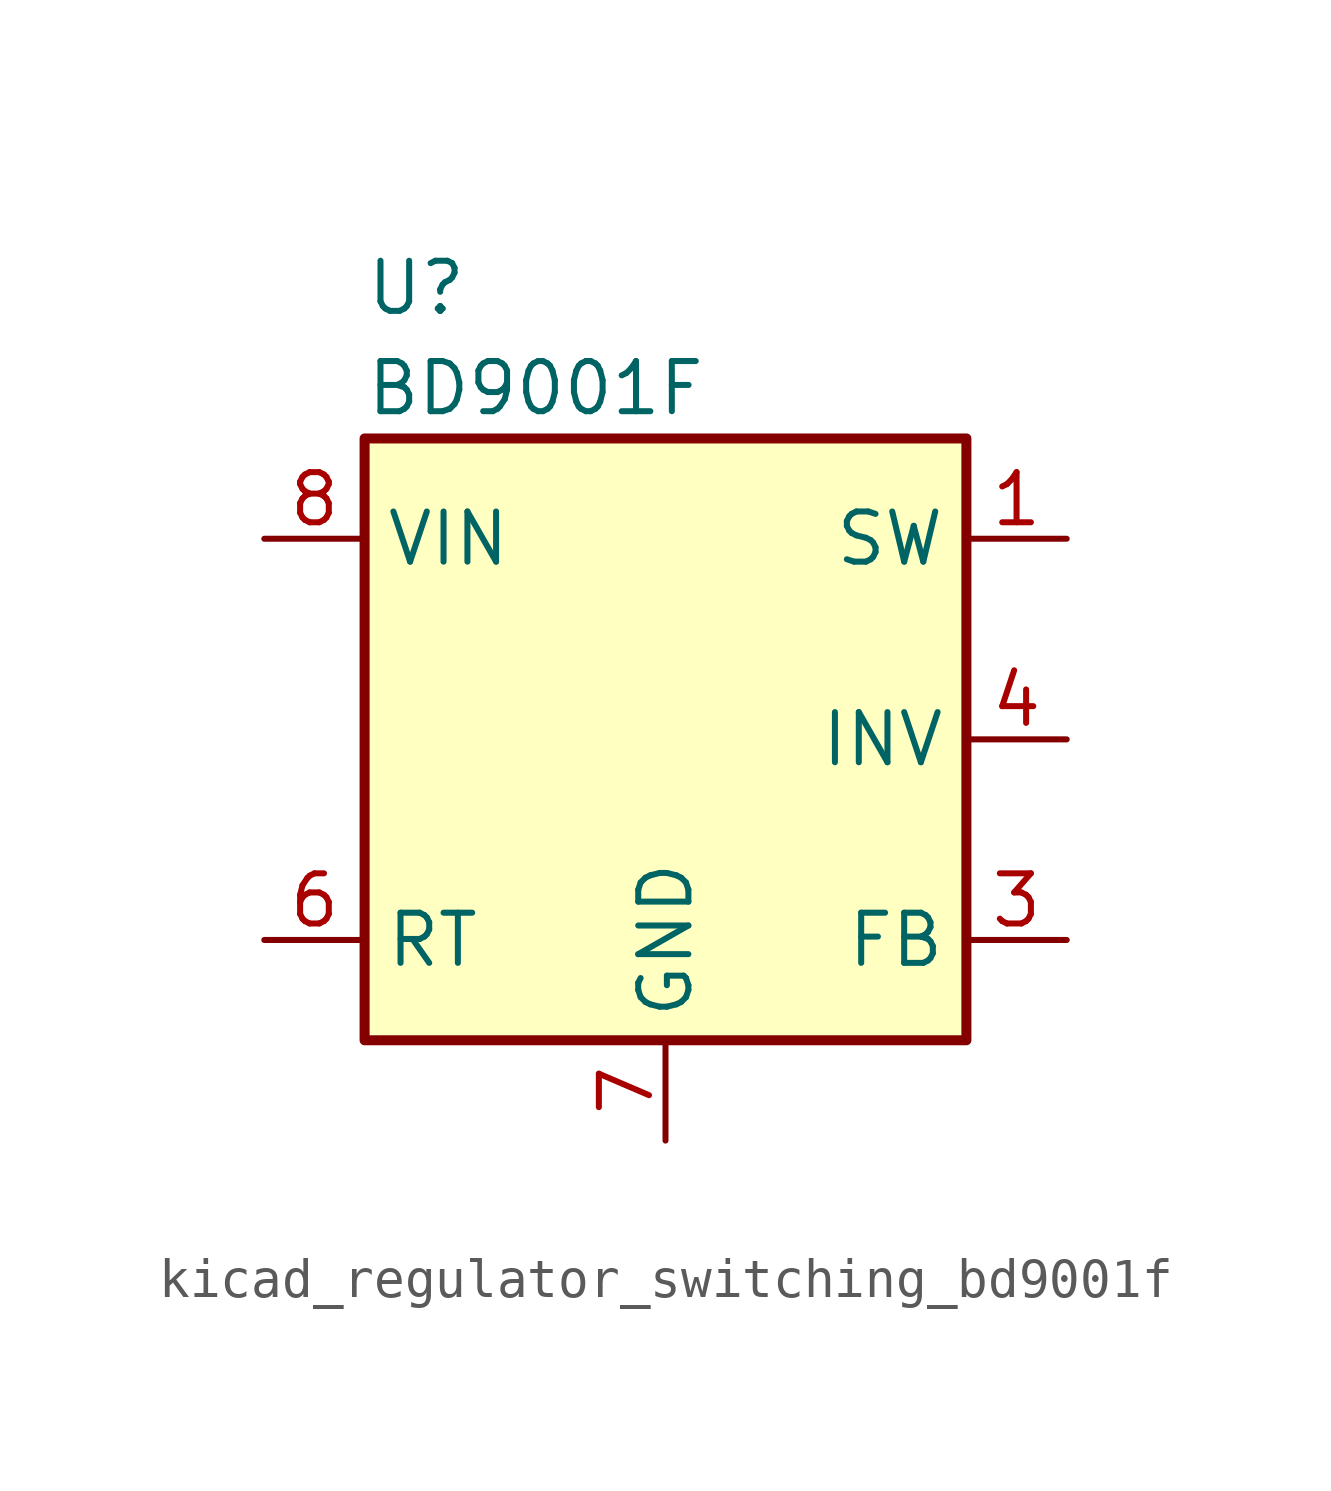
<source format=kicad_sym>
(kicad_symbol_lib
  (version 20220914)
  (generator kicad_symbol_editor)
  (symbol "kicad_regulator_switching_bd9001f"
    (property "Reference" "U"
      (at -7.62 11.43 0)
      (effects (font (size 1.27 1.27)) (justify left)))
    (property "Value" "BD9001F"
      (at -7.62 8.89 0)
      (effects (font (size 1.27 1.27)) (justify left)))
    (symbol "kicad_regulator_switching_bd9001f_0_1"
      (rectangle (start -7.62 7.62) (end 7.62 -7.62) (stroke (width 0.254) (type default)) (fill (type background))))
    (symbol "kicad_regulator_switching_bd9001f_1_1"
      (pin output line (at 10.16 5.08 180) (length 2.54) (name "SW" (effects (font (size 1.27 1.27)))) (number "1" (effects (font (size 1.27 1.27)))))
      (pin no_connect line (at -7.62 0 0) (length 2.54) hide (name "NC" (effects (font (size 1.27 1.27)))) (number "2" (effects (font (size 1.27 1.27)))))
      (pin passive line (at 10.16 -5.08 180) (length 2.54) (name "FB" (effects (font (size 1.27 1.27)))) (number "3" (effects (font (size 1.27 1.27)))))
      (pin input line (at 10.16 0 180) (length 2.54) (name "INV" (effects (font (size 1.27 1.27)))) (number "4" (effects (font (size 1.27 1.27)))))
      (pin passive line (at -10.16 -5.08 0) (length 2.54) (name "RT" (effects (font (size 1.27 1.27)))) (number "6" (effects (font (size 1.27 1.27)))))
      (pin power_in line (at 0 -10.16 90) (length 2.54) (name "GND" (effects (font (size 1.27 1.27)))) (number "7" (effects (font (size 1.27 1.27)))))
      (pin power_in line (at -10.16 5.08 0) (length 2.54) (name "VIN" (effects (font (size 1.27 1.27)))) (number "8" (effects (font (size 1.27 1.27))))))))
</source>
